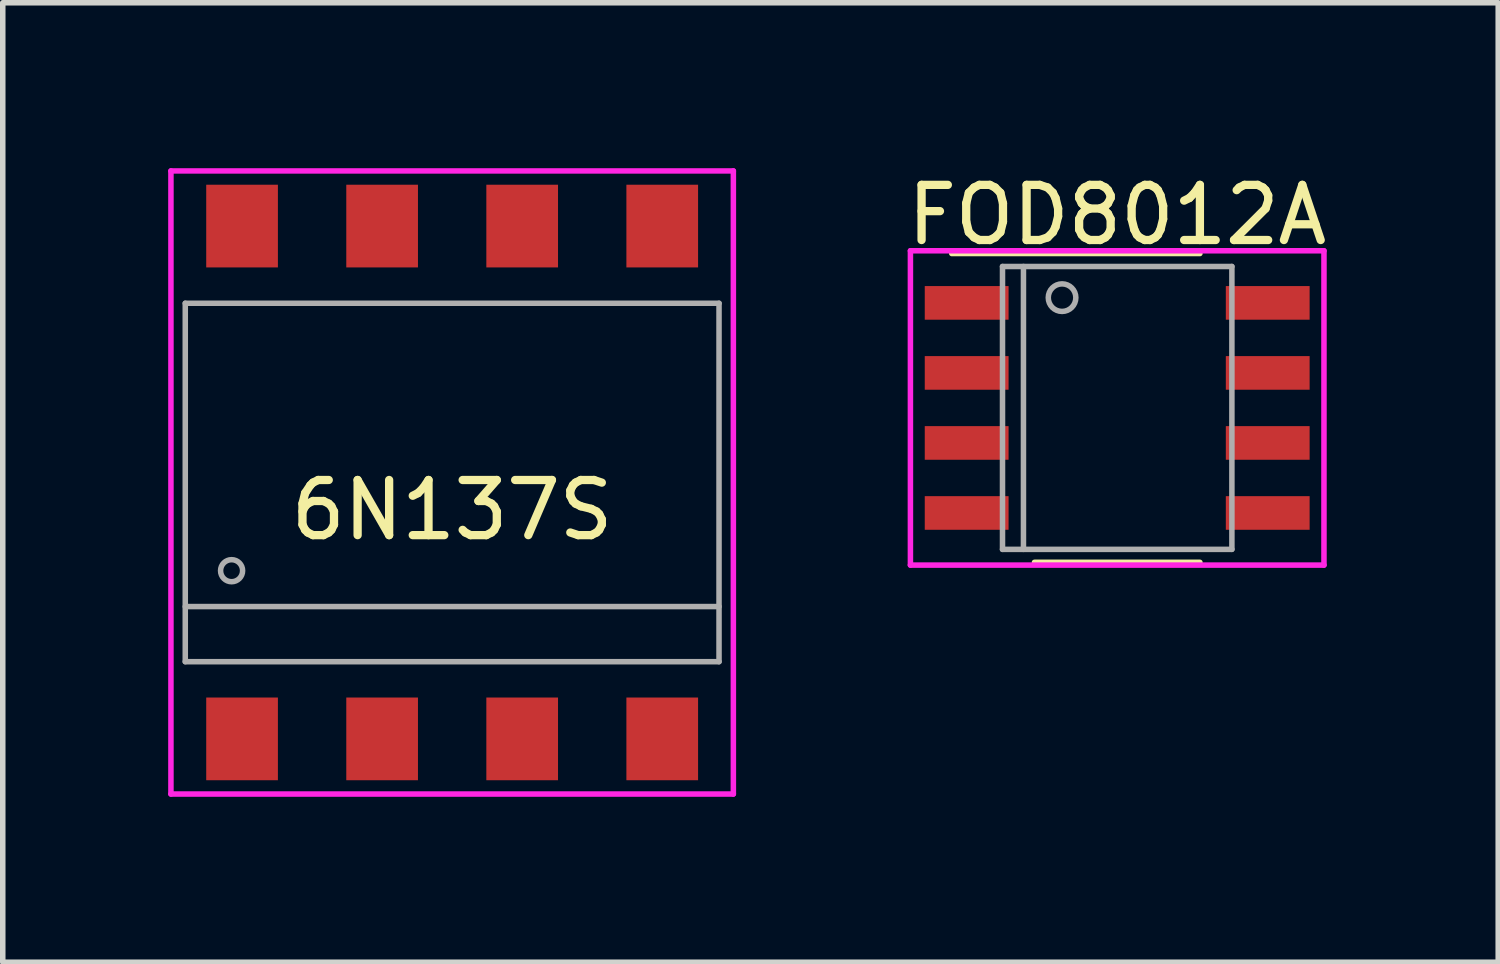
<source format=kicad_pcb>
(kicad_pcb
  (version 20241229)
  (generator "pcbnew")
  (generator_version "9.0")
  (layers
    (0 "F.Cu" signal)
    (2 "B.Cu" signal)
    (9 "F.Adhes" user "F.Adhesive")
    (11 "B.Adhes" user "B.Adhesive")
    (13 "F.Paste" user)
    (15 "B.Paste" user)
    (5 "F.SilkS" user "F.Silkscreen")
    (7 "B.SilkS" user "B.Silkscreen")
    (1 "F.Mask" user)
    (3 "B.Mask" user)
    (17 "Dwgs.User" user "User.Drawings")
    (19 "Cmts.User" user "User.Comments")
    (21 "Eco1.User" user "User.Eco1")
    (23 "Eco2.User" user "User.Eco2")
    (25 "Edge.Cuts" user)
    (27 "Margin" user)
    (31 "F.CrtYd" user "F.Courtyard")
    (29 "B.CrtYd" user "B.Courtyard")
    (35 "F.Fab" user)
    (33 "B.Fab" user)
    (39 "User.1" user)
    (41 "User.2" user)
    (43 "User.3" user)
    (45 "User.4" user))
  (footprint "FOD8012A"
    (layer "F.Cu")
    (at 17.211 4.348)
    (property "Reference" "FOD8012A" (at 0 -3.5 0) (layer "F.SilkS") (effects (font (size 1 1) (thickness 0.15))))
    (attr through_hole)
    (fp_line (start -1.5 2.8) (end 1.5 2.8) (stroke (width 0.1) (type solid)) (layer "F.SilkS"))
    (fp_line (start 1.5 -2.8) (end -3 -2.8) (stroke (width 0.1) (type solid)) (layer "F.SilkS"))
    (fp_line (start -3.75 -2.85) (end 3.75 -2.85) (stroke (width 0.1) (type solid)) (layer "F.CrtYd"))
    (fp_line (start -3.75 2.85) (end -3.75 -2.85) (stroke (width 0.1) (type solid)) (layer "F.CrtYd"))
    (fp_line (start 3.75 -2.85) (end 3.75 2.85) (stroke (width 0.1) (type solid)) (layer "F.CrtYd"))
    (fp_line (start 3.75 2.85) (end -3.75 2.85) (stroke (width 0.1) (type solid)) (layer "F.CrtYd"))
    (fp_line (start -2.08 -2.565) (end -2.08 2.565) (stroke (width 0.1) (type solid)) (layer "F.Fab"))
    (fp_line (start -2.08 2.565) (end 2.08 2.565) (stroke (width 0.1) (type solid)) (layer "F.Fab"))
    (fp_line (start -1.7 -2.565) (end -1.7 2.565) (stroke (width 0.1) (type solid)) (layer "F.Fab"))
    (fp_line (start 2.08 -2.565) (end -2.08 -2.565) (stroke (width 0.1) (type solid)) (layer "F.Fab"))
    (fp_line (start 2.08 2.565) (end 2.08 -2.565) (stroke (width 0.1) (type solid)) (layer "F.Fab"))
    (fp_circle (center -1 -2) (end -1 -1.75) (stroke (width 0.1) (type solid)) (fill no) (layer "F.Fab"))
    (pad "1" smd rect (at -2.73 -1.905) (size 1.52 0.61) (layers "F.Cu" "F.Mask" "F.Paste"))
    (pad "2" smd rect (at -2.73 -0.635) (size 1.52 0.61) (layers "F.Cu" "F.Mask" "F.Paste"))
    (pad "3" smd rect (at -2.73 0.635) (size 1.52 0.61) (layers "F.Cu" "F.Mask" "F.Paste"))
    (pad "4" smd rect (at -2.73 1.905) (size 1.52 0.61) (layers "F.Cu" "F.Mask" "F.Paste"))
    (pad "5" smd rect (at 2.73 1.905) (size 1.52 0.61) (layers "F.Cu" "F.Mask" "F.Paste"))
    (pad "6" smd rect (at 2.73 0.635) (size 1.52 0.61) (layers "F.Cu" "F.Mask" "F.Paste"))
    (pad "7" smd rect (at 2.73 -0.635) (size 1.52 0.61) (layers "F.Cu" "F.Mask" "F.Paste"))
    (pad "8" smd rect (at 2.73 -1.905) (size 1.52 0.61) (layers "F.Cu" "F.Mask" "F.Paste")))
  (footprint "6N137S"
    (layer "F.Cu")
    (at 5.15 5.7)
    (property "Reference" "6N137S" (at 0 0.5 0) (layer "F.SilkS") (effects (font (size 1 1) (thickness 0.15))))
    (attr through_hole)
    (fp_line (start -5.1 -5.65) (end -5.1 5.65) (stroke (width 0.1) (type solid)) (layer "F.CrtYd"))
    (fp_line (start -5.1 5.65) (end 5.1 5.65) (stroke (width 0.1) (type solid)) (layer "F.CrtYd"))
    (fp_line (start 5.1 -5.65) (end -5.1 -5.65) (stroke (width 0.1) (type solid)) (layer "F.CrtYd"))
    (fp_line (start 5.1 5.65) (end 5.1 -5.65) (stroke (width 0.1) (type solid)) (layer "F.CrtYd"))
    (fp_line (start -4.84 -3.25) (end 4.84 -3.25) (stroke (width 0.1) (type solid)) (layer "F.Fab"))
    (fp_line (start -4.84 2.25) (end 4.84 2.25) (stroke (width 0.1) (type solid)) (layer "F.Fab"))
    (fp_line (start -4.84 3.25) (end -4.84 -3.25) (stroke (width 0.1) (type solid)) (layer "F.Fab"))
    (fp_line (start 4.84 -3.25) (end 4.84 3.25) (stroke (width 0.1) (type solid)) (layer "F.Fab"))
    (fp_line (start 4.84 3.25) (end -4.84 3.25) (stroke (width 0.1) (type solid)) (layer "F.Fab"))
    (fp_circle (center -4 1.6) (end -4.2 1.6) (stroke (width 0.1) (type solid)) (fill no) (layer "F.Fab"))
    (pad "1" smd rect (at -3.81 4.65) (size 1.3 1.5) (layers "F.Cu" "F.Mask" "F.Paste"))
    (pad "2" smd rect (at -1.27 4.65) (size 1.3 1.5) (layers "F.Cu" "F.Mask" "F.Paste"))
    (pad "3" smd rect (at 1.27 4.65) (size 1.3 1.5) (layers "F.Cu" "F.Mask" "F.Paste"))
    (pad "4" smd rect (at 3.81 4.65) (size 1.3 1.5) (layers "F.Cu" "F.Mask" "F.Paste"))
    (pad "5" smd rect (at 3.81 -4.65) (size 1.3 1.5) (layers "F.Cu" "F.Mask" "F.Paste"))
    (pad "6" smd rect (at 1.27 -4.65) (size 1.3 1.5) (layers "F.Cu" "F.Mask" "F.Paste"))
    (pad "7" smd rect (at -1.27 -4.65) (size 1.3 1.5) (layers "F.Cu" "F.Mask" "F.Paste"))
    (pad "8" smd rect (at -3.81 -4.65) (size 1.3 1.5) (layers "F.Cu" "F.Mask" "F.Paste")))
  (gr_rect
    (start -3 -3)
    (end 24.121 14.4)
    (stroke (width 0.1) (type default))
    (fill no)
    (layer "Edge.Cuts")))
</source>
